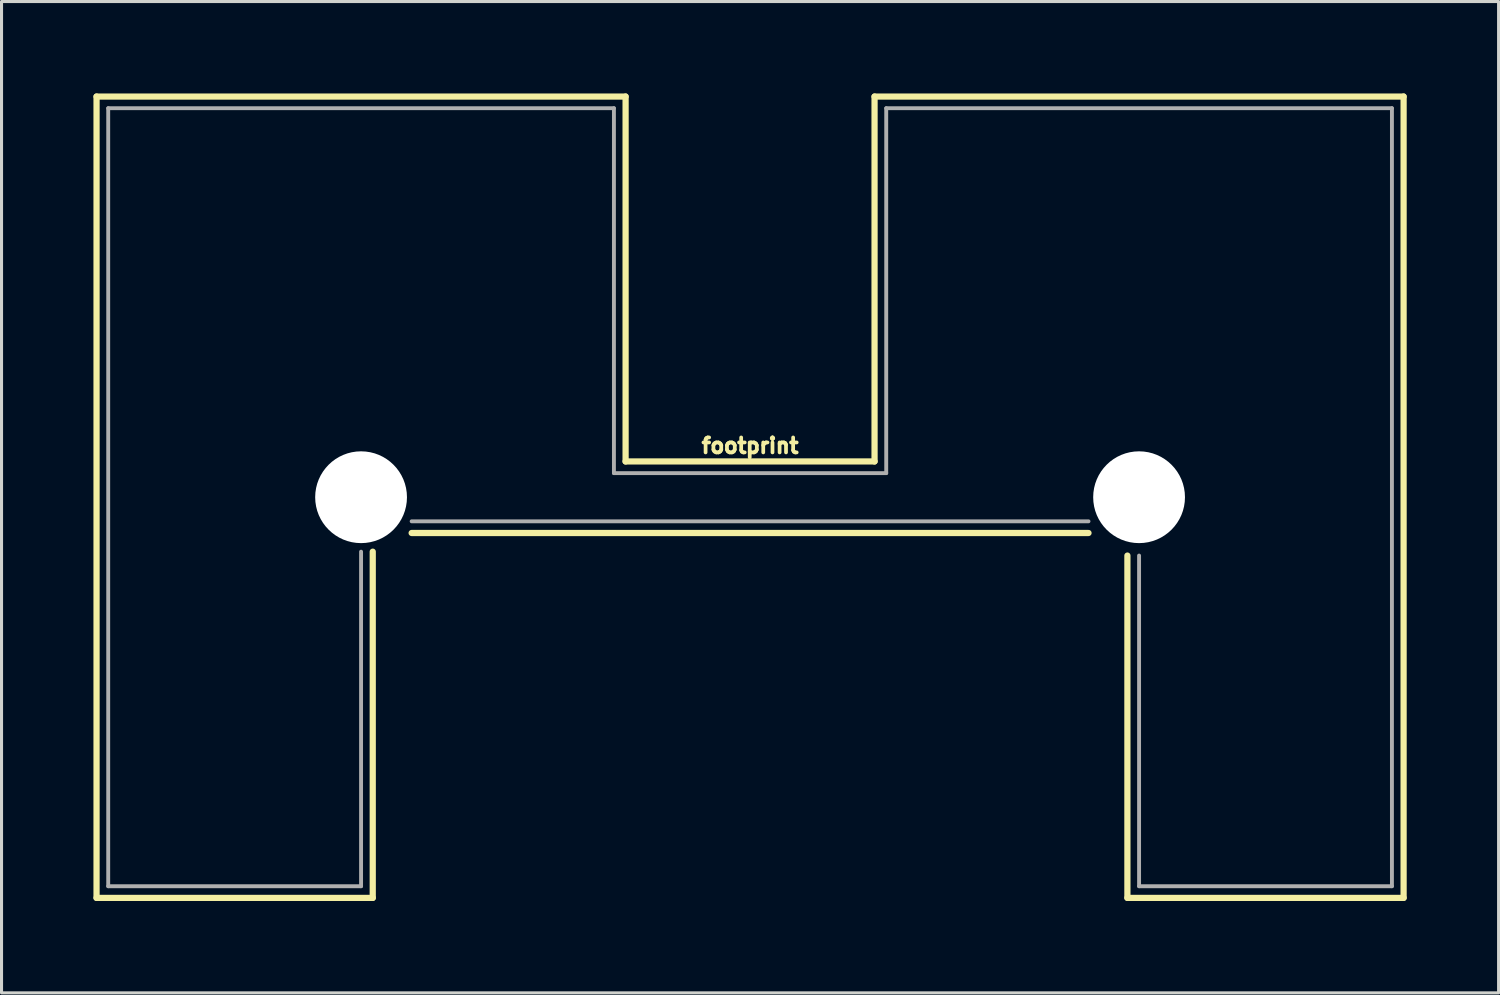
<source format=kicad_pcb>
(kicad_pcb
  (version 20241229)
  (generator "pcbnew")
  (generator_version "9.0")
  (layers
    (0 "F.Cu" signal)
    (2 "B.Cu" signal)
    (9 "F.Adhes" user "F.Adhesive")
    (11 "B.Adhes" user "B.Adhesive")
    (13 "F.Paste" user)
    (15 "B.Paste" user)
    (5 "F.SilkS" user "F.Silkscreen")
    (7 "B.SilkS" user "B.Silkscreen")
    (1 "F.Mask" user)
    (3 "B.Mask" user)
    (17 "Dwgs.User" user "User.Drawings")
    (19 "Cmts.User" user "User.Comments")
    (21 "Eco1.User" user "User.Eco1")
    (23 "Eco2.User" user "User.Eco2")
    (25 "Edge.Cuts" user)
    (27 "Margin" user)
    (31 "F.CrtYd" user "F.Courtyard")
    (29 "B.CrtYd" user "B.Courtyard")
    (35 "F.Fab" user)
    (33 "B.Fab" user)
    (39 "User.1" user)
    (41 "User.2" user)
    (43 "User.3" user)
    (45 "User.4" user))
  (footprint "footprint"
    (layer "F.Cu")
    (at 21.438 13.183)
    (property "Reference" "footprint" (at 0 -1.397 0) (layer "F.SilkS") (effects (font (size 0.488 0.488) (thickness 0.122)) (justify bottom)))
    (fp_line (start -21.336 -13.081) (end -4.064 -13.081) (stroke (width 0.203) (type solid)) (layer "F.SilkS"))
    (fp_line (start -21.336 13.081) (end -21.336 -13.081) (stroke (width 0.203) (type solid)) (layer "F.SilkS"))
    (fp_line (start -12.319 1.778) (end -12.319 13.081) (stroke (width 0.203) (type solid)) (layer "F.SilkS"))
    (fp_line (start -12.319 13.081) (end -21.336 13.081) (stroke (width 0.203) (type solid)) (layer "F.SilkS"))
    (fp_line (start -11.049 1.168) (end 11.049 1.168) (stroke (width 0.203) (type solid)) (layer "F.SilkS"))
    (fp_line (start -4.064 -13.081) (end -4.064 -1.168) (stroke (width 0.203) (type solid)) (layer "F.SilkS"))
    (fp_line (start -4.064 -1.168) (end 4.064 -1.168) (stroke (width 0.203) (type solid)) (layer "F.SilkS"))
    (fp_line (start 4.064 -13.081) (end 21.336 -13.081) (stroke (width 0.203) (type solid)) (layer "F.SilkS"))
    (fp_line (start 4.064 -1.168) (end 4.064 -13.081) (stroke (width 0.203) (type solid)) (layer "F.SilkS"))
    (fp_line (start 12.319 1.905) (end 12.319 13.081) (stroke (width 0.203) (type solid)) (layer "F.SilkS"))
    (fp_line (start 12.319 13.081) (end 21.336 13.081) (stroke (width 0.203) (type solid)) (layer "F.SilkS"))
    (fp_line (start 21.336 13.081) (end 21.336 -13.081) (stroke (width 0.203) (type solid)) (layer "F.SilkS"))
    (fp_line (start -20.955 -12.7) (end -4.445 -12.7) (stroke (width 0.127) (type solid)) (layer "F.Fab"))
    (fp_line (start -20.955 12.7) (end -20.955 -12.7) (stroke (width 0.127) (type solid)) (layer "F.Fab"))
    (fp_line (start -12.7 1.778) (end -12.7 12.7) (stroke (width 0.127) (type solid)) (layer "F.Fab"))
    (fp_line (start -12.7 12.7) (end -20.955 12.7) (stroke (width 0.127) (type solid)) (layer "F.Fab"))
    (fp_line (start -11.049 0.787) (end 11.049 0.787) (stroke (width 0.127) (type solid)) (layer "F.Fab"))
    (fp_line (start -4.445 -12.7) (end -4.445 -0.787) (stroke (width 0.127) (type solid)) (layer "F.Fab"))
    (fp_line (start -4.445 -0.787) (end 4.445 -0.787) (stroke (width 0.127) (type solid)) (layer "F.Fab"))
    (fp_line (start 4.445 -12.7) (end 20.955 -12.7) (stroke (width 0.127) (type solid)) (layer "F.Fab"))
    (fp_line (start 4.445 -0.787) (end 4.445 -12.7) (stroke (width 0.127) (type solid)) (layer "F.Fab"))
    (fp_line (start 12.7 1.905) (end 12.7 12.7) (stroke (width 0.127) (type solid)) (layer "F.Fab"))
    (fp_line (start 12.7 12.7) (end 20.955 12.7) (stroke (width 0.127) (type solid)) (layer "F.Fab"))
    (fp_line (start 20.955 12.7) (end 20.955 -12.7) (stroke (width 0.127) (type solid)) (layer "F.Fab"))
    (pad "" np_thru_hole circle (at -12.7 0) (size 2.997 2.997) (drill 2.997) (layers "*.Cu" "*.Mask"))
    (pad "" np_thru_hole circle (at 12.7 0) (size 2.997 2.997) (drill 2.997) (layers "*.Cu" "*.Mask")))
  (gr_rect
    (start -3 -3)
    (end 45.875 29.365)
    (stroke (width 0.1) (type default))
    (fill no)
    (layer "Edge.Cuts")))
</source>
